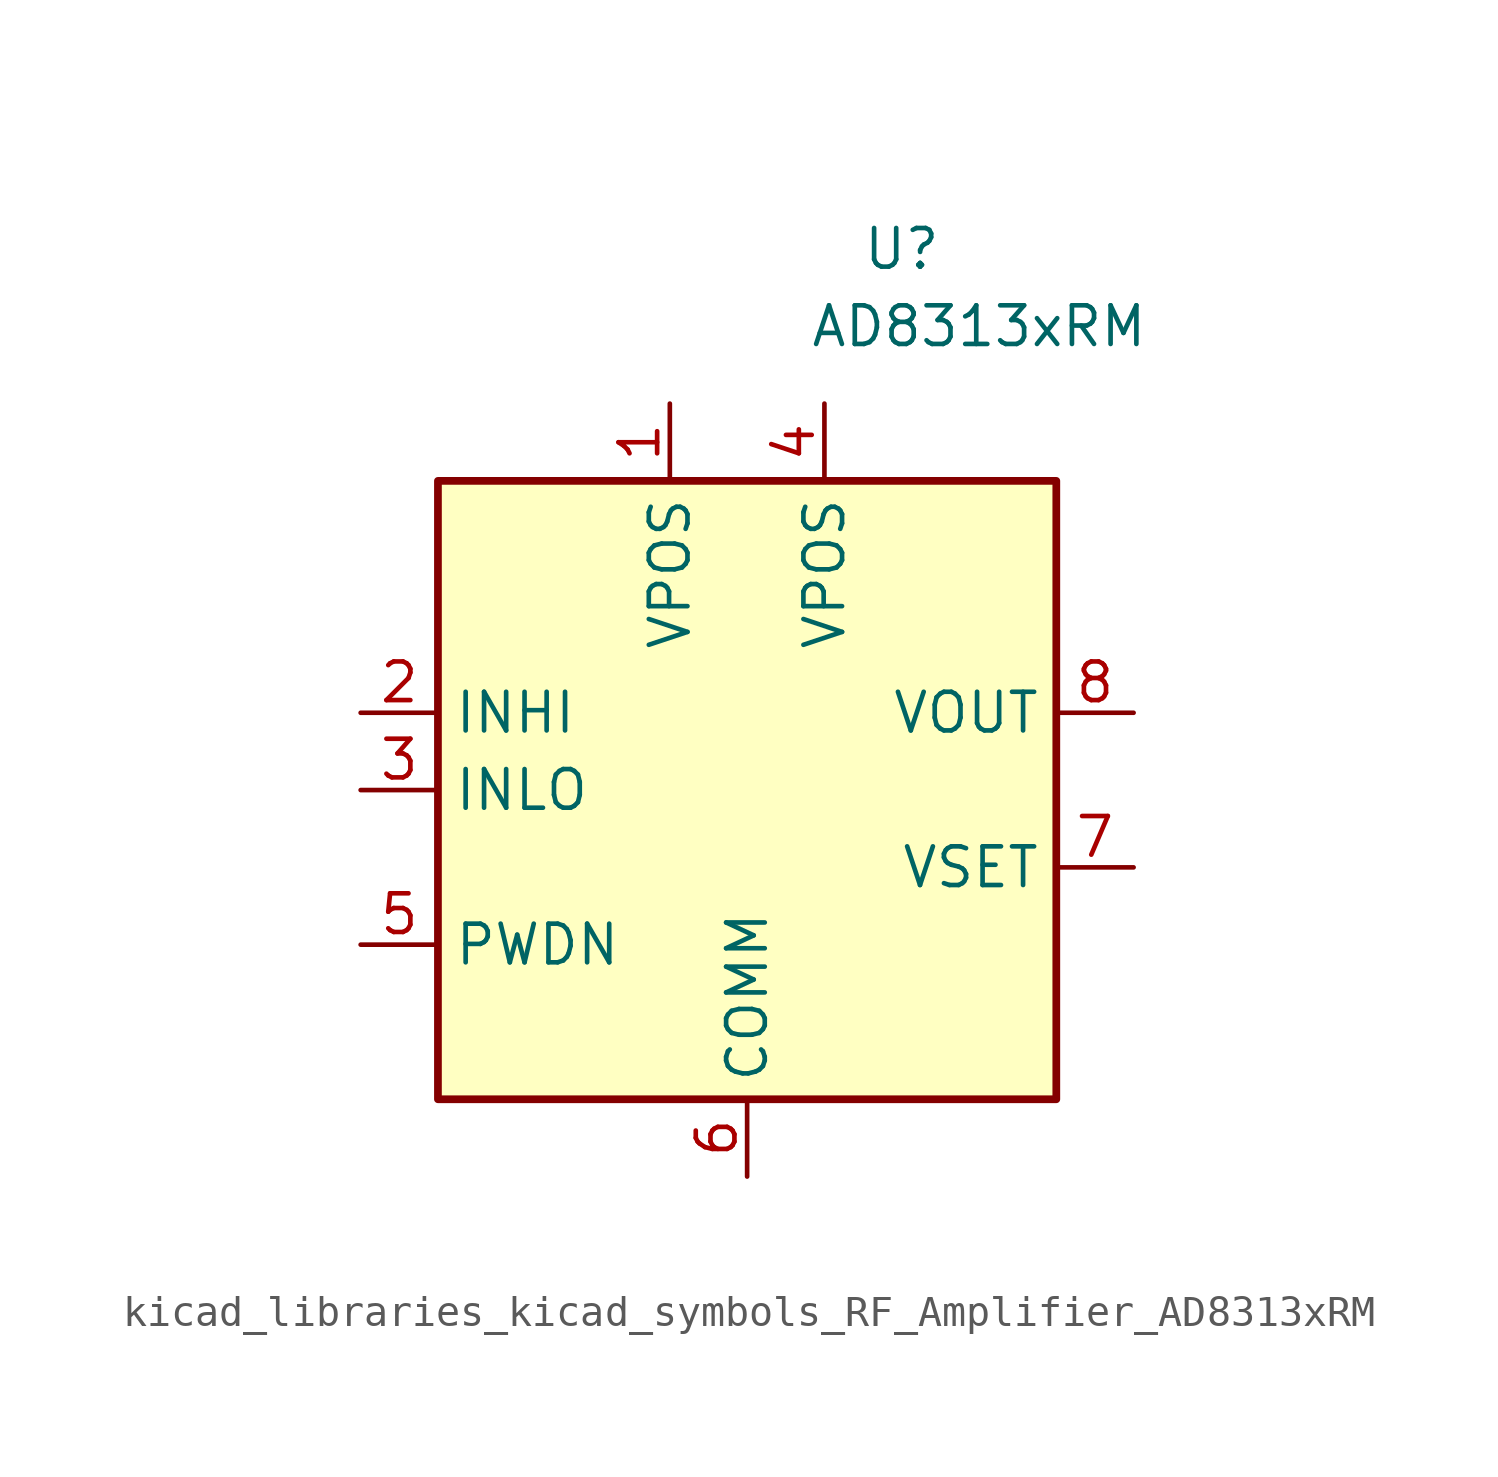
<source format=kicad_sym>
(kicad_symbol_lib
  (version 20220914)
  (generator kicad_symbol_editor)
  (symbol "kicad_libraries_kicad_symbols_RF_Amplifier_AD8313xRM"
    (property "Reference" "U"
      (at 5.08 17.78 0)
      (effects (font (size 1.27 1.27))))
    (property "Value" "AD8313xRM"
      (at 7.62 15.24 0)
      (effects (font (size 1.27 1.27))))
    (symbol "kicad_libraries_kicad_symbols_RF_Amplifier_AD8313xRM_0_1"
      (rectangle (start -10.16 10.16) (end 10.16 -10.16) (stroke (width 0.254) (type default)) (fill (type background))))
    (symbol "kicad_libraries_kicad_symbols_RF_Amplifier_AD8313xRM_1_1"
      (pin power_in line (at -2.54 12.7 270) (length 2.54) (name "VPOS" (effects (font (size 1.27 1.27)))) (number "1" (effects (font (size 1.27 1.27)))))
      (pin input line (at -12.7 2.54 0) (length 2.54) (name "INHI" (effects (font (size 1.27 1.27)))) (number "2" (effects (font (size 1.27 1.27)))))
      (pin input line (at -12.7 0 0) (length 2.54) (name "INLO" (effects (font (size 1.27 1.27)))) (number "3" (effects (font (size 1.27 1.27)))))
      (pin power_in line (at 2.54 12.7 270) (length 2.54) (name "VPOS" (effects (font (size 1.27 1.27)))) (number "4" (effects (font (size 1.27 1.27)))))
      (pin input line (at -12.7 -5.08 0) (length 2.54) (name "PWDN" (effects (font (size 1.27 1.27)))) (number "5" (effects (font (size 1.27 1.27)))))
      (pin power_in line (at 0 -12.7 90) (length 2.54) (name "COMM" (effects (font (size 1.27 1.27)))) (number "6" (effects (font (size 1.27 1.27)))))
      (pin input line (at 12.7 -2.54 180) (length 2.54) (name "VSET" (effects (font (size 1.27 1.27)))) (number "7" (effects (font (size 1.27 1.27)))))
      (pin output line (at 12.7 2.54 180) (length 2.54) (name "VOUT" (effects (font (size 1.27 1.27)))) (number "8" (effects (font (size 1.27 1.27))))))))
</source>
